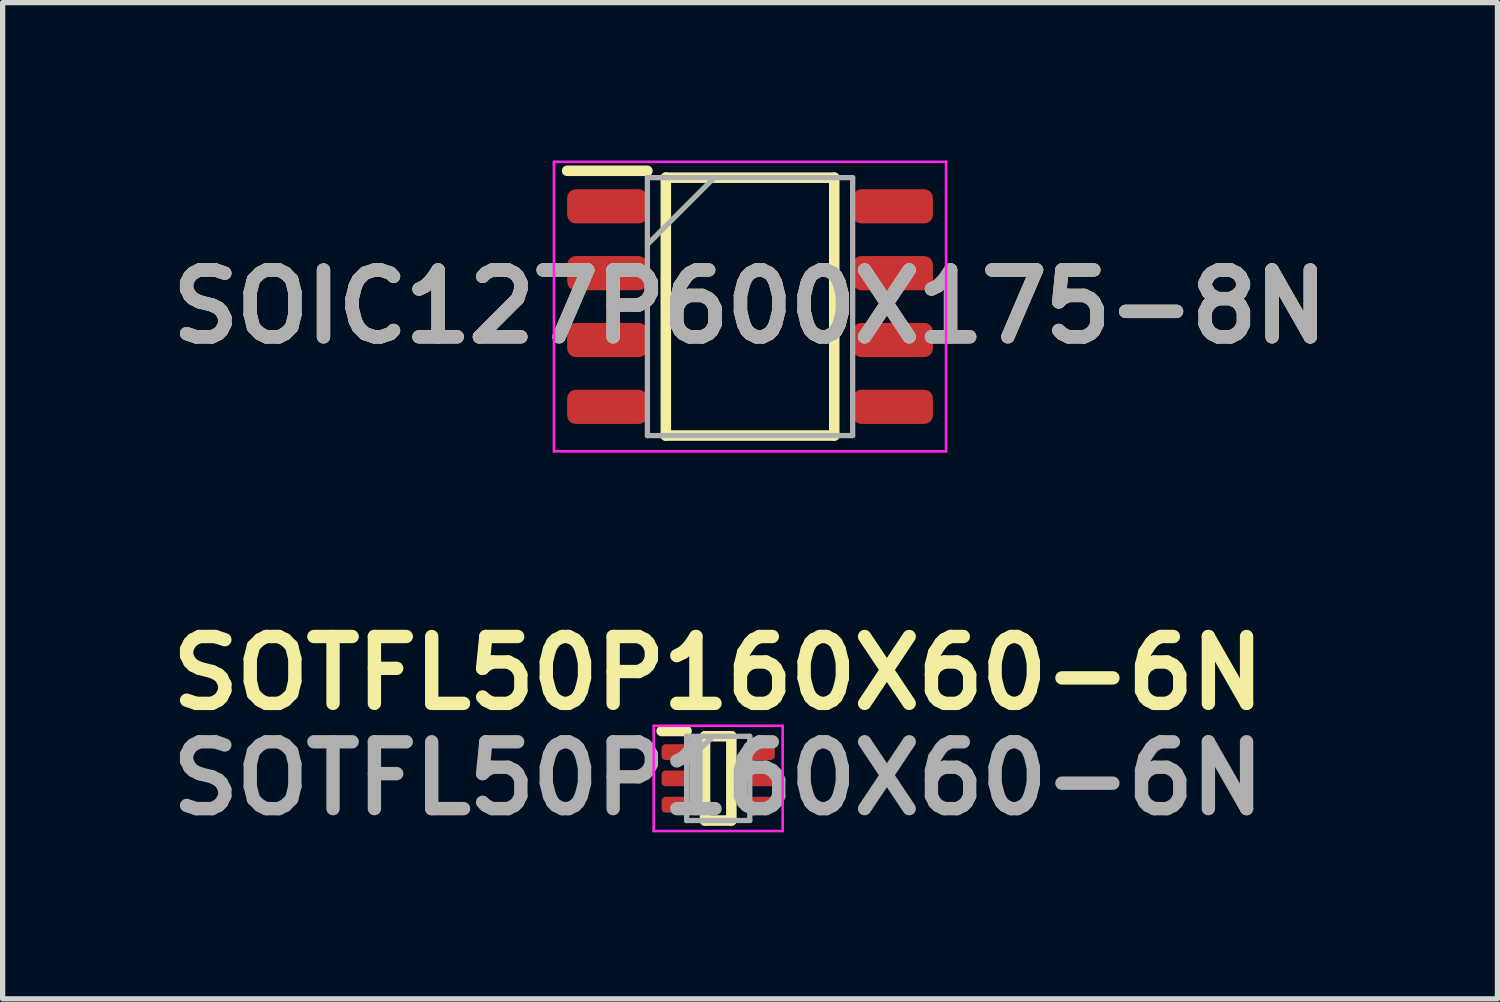
<source format=kicad_pcb>
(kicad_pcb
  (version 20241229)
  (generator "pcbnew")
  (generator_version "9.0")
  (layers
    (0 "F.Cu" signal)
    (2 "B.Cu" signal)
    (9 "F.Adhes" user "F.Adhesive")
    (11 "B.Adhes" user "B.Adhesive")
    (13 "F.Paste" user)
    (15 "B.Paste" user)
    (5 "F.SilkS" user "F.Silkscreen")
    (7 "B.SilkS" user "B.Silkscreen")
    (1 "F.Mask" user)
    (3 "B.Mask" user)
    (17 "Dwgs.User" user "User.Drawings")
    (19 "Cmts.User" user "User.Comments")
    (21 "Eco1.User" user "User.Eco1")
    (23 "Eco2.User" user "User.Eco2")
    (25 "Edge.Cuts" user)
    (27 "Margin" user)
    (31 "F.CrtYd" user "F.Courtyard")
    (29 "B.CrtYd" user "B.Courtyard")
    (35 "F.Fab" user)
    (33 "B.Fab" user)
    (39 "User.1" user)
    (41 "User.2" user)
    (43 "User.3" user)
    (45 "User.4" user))
  (footprint "SOTFL50P160X60-6N"
    (layer "F.Cu")
    (at 10.595 11.739)
    (property "Reference" "SOTFL50P160X60-6N" (at 0 -2 0) (layer "F.SilkS") (effects (font (size 1.27 1.27) (thickness 0.254))))
    (attr smd)
    (fp_line (start -1.075 -0.9) (end -0.6 -0.9) (stroke (width 0.2) (type solid)) (layer "F.SilkS"))
    (fp_line (start -0.25 -0.8) (end 0.25 -0.8) (stroke (width 0.2) (type solid)) (layer "F.SilkS"))
    (fp_line (start -0.25 0.8) (end -0.25 -0.8) (stroke (width 0.2) (type solid)) (layer "F.SilkS"))
    (fp_line (start 0.25 -0.8) (end 0.25 0.8) (stroke (width 0.2) (type solid)) (layer "F.SilkS"))
    (fp_line (start 0.25 0.8) (end -0.25 0.8) (stroke (width 0.2) (type solid)) (layer "F.SilkS"))
    (fp_line (start -1.225 -1) (end 1.225 -1) (stroke (width 0.05) (type solid)) (layer "F.CrtYd"))
    (fp_line (start -1.225 1) (end -1.225 -1) (stroke (width 0.05) (type solid)) (layer "F.CrtYd"))
    (fp_line (start 1.225 -1) (end 1.225 1) (stroke (width 0.05) (type solid)) (layer "F.CrtYd"))
    (fp_line (start 1.225 1) (end -1.225 1) (stroke (width 0.05) (type solid)) (layer "F.CrtYd"))
    (fp_line (start -0.6 -0.8) (end 0.6 -0.8) (stroke (width 0.1) (type solid)) (layer "F.Fab"))
    (fp_line (start -0.6 -0.3) (end -0.1 -0.8) (stroke (width 0.1) (type solid)) (layer "F.Fab"))
    (fp_line (start -0.6 0.8) (end -0.6 -0.8) (stroke (width 0.1) (type solid)) (layer "F.Fab"))
    (fp_line (start 0.6 -0.8) (end 0.6 0.8) (stroke (width 0.1) (type solid)) (layer "F.Fab"))
    (fp_line (start 0.6 0.8) (end -0.6 0.8) (stroke (width 0.1) (type solid)) (layer "F.Fab"))
    (fp_text user "${REFERENCE}" (at 0 0 0) (layer "F.Fab") (effects (font (size 1.27 1.27) (thickness 0.254))))
    (pad "1" smd roundrect (at -0.838 -0.5 90) (size 0.3 0.475) (layers "F.Cu" "F.Mask" "F.Paste") (roundrect_rratio 0.25))
    (pad "2" smd roundrect (at -0.838 0 90) (size 0.3 0.475) (layers "F.Cu" "F.Mask" "F.Paste") (roundrect_rratio 0.25))
    (pad "3" smd roundrect (at -0.838 0.5 90) (size 0.3 0.475) (layers "F.Cu" "F.Mask" "F.Paste") (roundrect_rratio 0.25))
    (pad "4" smd roundrect (at 0.838 0.5 90) (size 0.3 0.475) (layers "F.Cu" "F.Mask" "F.Paste") (roundrect_rratio 0.25))
    (pad "5" smd roundrect (at 0.838 0 90) (size 0.3 0.475) (layers "F.Cu" "F.Mask" "F.Paste") (roundrect_rratio 0.25))
    (pad "6" smd roundrect (at 0.838 -0.5 90) (size 0.3 0.475) (layers "F.Cu" "F.Mask" "F.Paste") (roundrect_rratio 0.25)))
  (footprint "SOIC127P600X175-8N"
    (layer "F.Cu")
    (at 11.2 2.775)
    (property "Reference" "SOIC127P600X175-8N" (at 0 0 0) (layer "F.SilkS") (effects (font (size 1.27 1.27) (thickness 0.254))))
    (attr smd)
    (fp_line (start -3.475 -2.58) (end -1.95 -2.58) (stroke (width 0.2) (type solid)) (layer "F.SilkS"))
    (fp_line (start -1.6 -2.45) (end 1.6 -2.45) (stroke (width 0.2) (type solid)) (layer "F.SilkS"))
    (fp_line (start -1.6 2.45) (end -1.6 -2.45) (stroke (width 0.2) (type solid)) (layer "F.SilkS"))
    (fp_line (start 1.6 -2.45) (end 1.6 2.45) (stroke (width 0.2) (type solid)) (layer "F.SilkS"))
    (fp_line (start 1.6 2.45) (end -1.6 2.45) (stroke (width 0.2) (type solid)) (layer "F.SilkS"))
    (fp_line (start -3.725 -2.75) (end 3.725 -2.75) (stroke (width 0.05) (type solid)) (layer "F.CrtYd"))
    (fp_line (start -3.725 2.75) (end -3.725 -2.75) (stroke (width 0.05) (type solid)) (layer "F.CrtYd"))
    (fp_line (start 3.725 -2.75) (end 3.725 2.75) (stroke (width 0.05) (type solid)) (layer "F.CrtYd"))
    (fp_line (start 3.725 2.75) (end -3.725 2.75) (stroke (width 0.05) (type solid)) (layer "F.CrtYd"))
    (fp_line (start -1.95 -2.45) (end 1.95 -2.45) (stroke (width 0.1) (type solid)) (layer "F.Fab"))
    (fp_line (start -1.95 -1.18) (end -0.68 -2.45) (stroke (width 0.1) (type solid)) (layer "F.Fab"))
    (fp_line (start -1.95 2.45) (end -1.95 -2.45) (stroke (width 0.1) (type solid)) (layer "F.Fab"))
    (fp_line (start 1.95 -2.45) (end 1.95 2.45) (stroke (width 0.1) (type solid)) (layer "F.Fab"))
    (fp_line (start 1.95 2.45) (end -1.95 2.45) (stroke (width 0.1) (type solid)) (layer "F.Fab"))
    (fp_text user "${REFERENCE}" (at 0 0 0) (layer "F.Fab") (effects (font (size 1.27 1.27) (thickness 0.254))))
    (pad "1" smd roundrect (at -2.712 -1.905 90) (size 0.65 1.525) (layers "F.Cu" "F.Mask" "F.Paste") (roundrect_rratio 0.25))
    (pad "2" smd roundrect (at -2.712 -0.635 90) (size 0.65 1.525) (layers "F.Cu" "F.Mask" "F.Paste") (roundrect_rratio 0.25))
    (pad "3" smd roundrect (at -2.712 0.635 90) (size 0.65 1.525) (layers "F.Cu" "F.Mask" "F.Paste") (roundrect_rratio 0.25))
    (pad "4" smd roundrect (at -2.712 1.905 90) (size 0.65 1.525) (layers "F.Cu" "F.Mask" "F.Paste") (roundrect_rratio 0.25))
    (pad "5" smd roundrect (at 2.712 1.905 90) (size 0.65 1.525) (layers "F.Cu" "F.Mask" "F.Paste") (roundrect_rratio 0.25))
    (pad "6" smd roundrect (at 2.712 0.635 90) (size 0.65 1.525) (layers "F.Cu" "F.Mask" "F.Paste") (roundrect_rratio 0.25))
    (pad "7" smd roundrect (at 2.712 -0.635 90) (size 0.65 1.525) (layers "F.Cu" "F.Mask" "F.Paste") (roundrect_rratio 0.25))
    (pad "8" smd roundrect (at 2.712 -1.905 90) (size 0.65 1.525) (layers "F.Cu" "F.Mask" "F.Paste") (roundrect_rratio 0.25)))
  (gr_rect
    (start -3 -3)
    (end 25.4 15.927)
    (stroke (width 0.1) (type default))
    (fill no)
    (layer "Edge.Cuts")))
</source>
